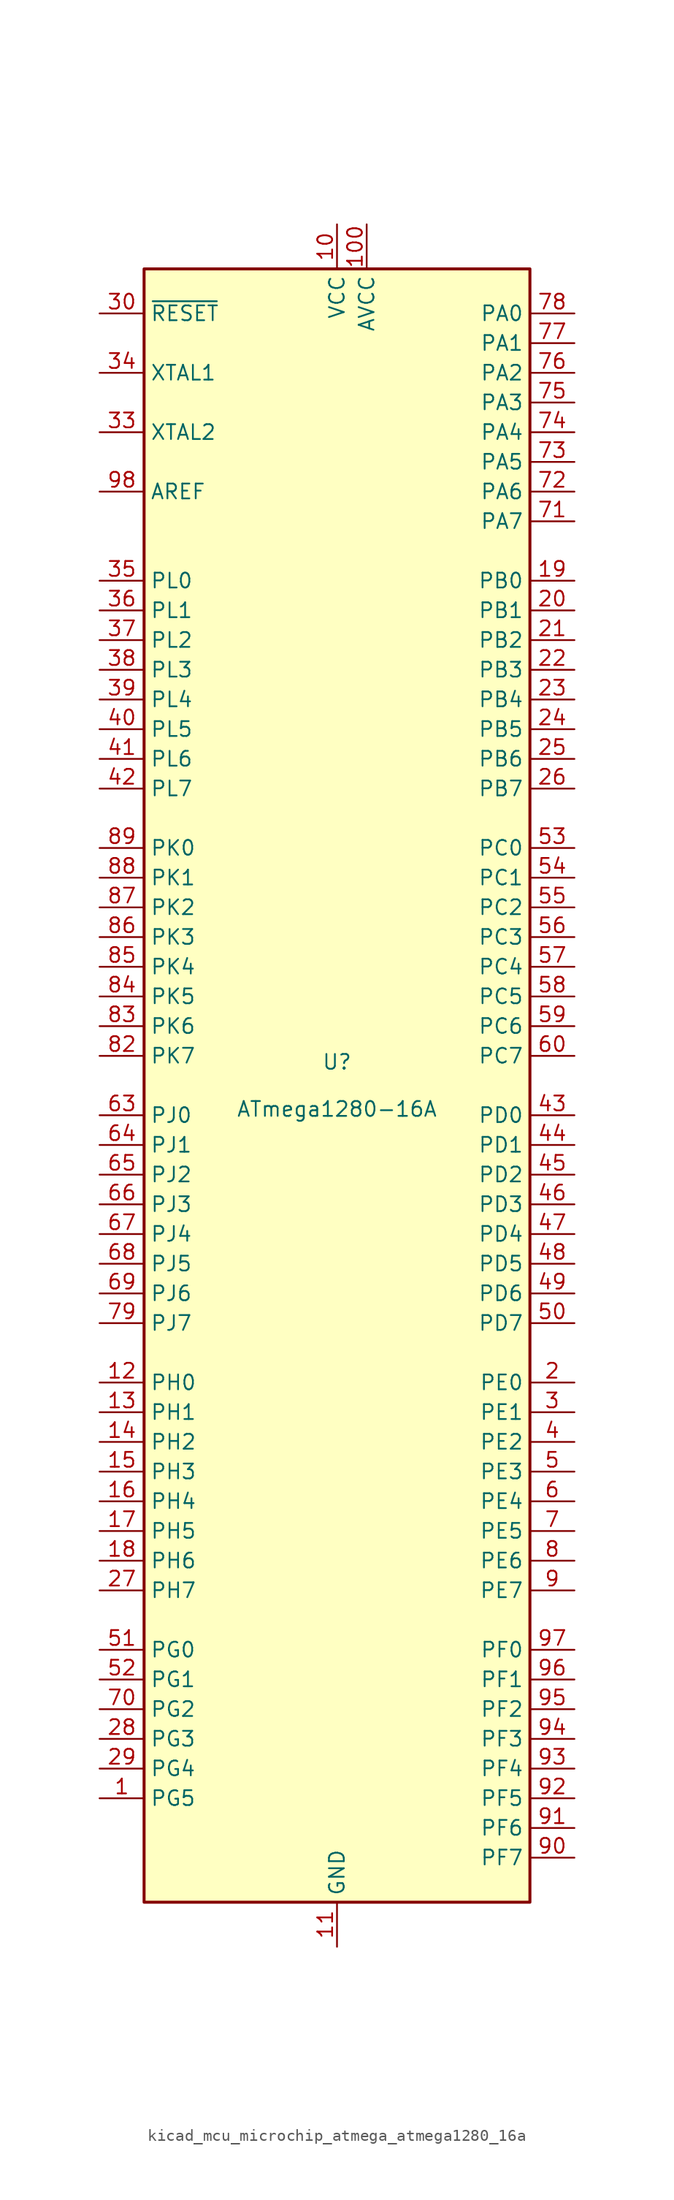
<source format=kicad_sym>
(kicad_symbol_lib
  (version 20220914)
  (generator kicad_symbol_editor)
  (symbol "kicad_mcu_microchip_atmega_atmega1280_16a"
    (property "Reference" "U"
      (at 0 1.27 0)
      (effects (font (size 1.27 1.27)) (justify bottom)))
    (property "Value" "ATmega1280-16A"
      (at 0 -1.27 0)
      (effects (font (size 1.27 1.27)) (justify top)))
    (symbol "kicad_mcu_microchip_atmega_atmega1280_16a_0_1"
      (rectangle (start -16.51 -69.85) (end 16.51 69.85) (stroke (width 0.254) (type default)) (fill (type background))))
    (symbol "kicad_mcu_microchip_atmega_atmega1280_16a_1_1"
      (pin bidirectional line (at -20.32 -60.96 0) (length 3.81) (name "PG5" (effects (font (size 1.27 1.27)))) (number "1" (effects (font (size 1.27 1.27)))))
      (pin power_in line (at 0 73.66 270) (length 3.81) (name "VCC" (effects (font (size 1.27 1.27)))) (number "10" (effects (font (size 1.27 1.27)))))
      (pin power_in line (at 2.54 73.66 270) (length 3.81) (name "AVCC" (effects (font (size 1.27 1.27)))) (number "100" (effects (font (size 1.27 1.27)))))
      (pin power_in line (at 0 -73.66 90) (length 3.81) (name "GND" (effects (font (size 1.27 1.27)))) (number "11" (effects (font (size 1.27 1.27)))))
      (pin bidirectional line (at -20.32 -25.4 0) (length 3.81) (name "PH0" (effects (font (size 1.27 1.27)))) (number "12" (effects (font (size 1.27 1.27)))))
      (pin bidirectional line (at -20.32 -27.94 0) (length 3.81) (name "PH1" (effects (font (size 1.27 1.27)))) (number "13" (effects (font (size 1.27 1.27)))))
      (pin bidirectional line (at -20.32 -30.48 0) (length 3.81) (name "PH2" (effects (font (size 1.27 1.27)))) (number "14" (effects (font (size 1.27 1.27)))))
      (pin bidirectional line (at -20.32 -33.02 0) (length 3.81) (name "PH3" (effects (font (size 1.27 1.27)))) (number "15" (effects (font (size 1.27 1.27)))))
      (pin bidirectional line (at -20.32 -35.56 0) (length 3.81) (name "PH4" (effects (font (size 1.27 1.27)))) (number "16" (effects (font (size 1.27 1.27)))))
      (pin bidirectional line (at -20.32 -38.1 0) (length 3.81) (name "PH5" (effects (font (size 1.27 1.27)))) (number "17" (effects (font (size 1.27 1.27)))))
      (pin bidirectional line (at -20.32 -40.64 0) (length 3.81) (name "PH6" (effects (font (size 1.27 1.27)))) (number "18" (effects (font (size 1.27 1.27)))))
      (pin bidirectional line (at 20.32 43.18 180) (length 3.81) (name "PB0" (effects (font (size 1.27 1.27)))) (number "19" (effects (font (size 1.27 1.27)))))
      (pin bidirectional line (at 20.32 -25.4 180) (length 3.81) (name "PE0" (effects (font (size 1.27 1.27)))) (number "2" (effects (font (size 1.27 1.27)))))
      (pin bidirectional line (at 20.32 40.64 180) (length 3.81) (name "PB1" (effects (font (size 1.27 1.27)))) (number "20" (effects (font (size 1.27 1.27)))))
      (pin bidirectional line (at 20.32 38.1 180) (length 3.81) (name "PB2" (effects (font (size 1.27 1.27)))) (number "21" (effects (font (size 1.27 1.27)))))
      (pin bidirectional line (at 20.32 35.56 180) (length 3.81) (name "PB3" (effects (font (size 1.27 1.27)))) (number "22" (effects (font (size 1.27 1.27)))))
      (pin bidirectional line (at 20.32 33.02 180) (length 3.81) (name "PB4" (effects (font (size 1.27 1.27)))) (number "23" (effects (font (size 1.27 1.27)))))
      (pin bidirectional line (at 20.32 30.48 180) (length 3.81) (name "PB5" (effects (font (size 1.27 1.27)))) (number "24" (effects (font (size 1.27 1.27)))))
      (pin bidirectional line (at 20.32 27.94 180) (length 3.81) (name "PB6" (effects (font (size 1.27 1.27)))) (number "25" (effects (font (size 1.27 1.27)))))
      (pin bidirectional line (at 20.32 25.4 180) (length 3.81) (name "PB7" (effects (font (size 1.27 1.27)))) (number "26" (effects (font (size 1.27 1.27)))))
      (pin bidirectional line (at -20.32 -43.18 0) (length 3.81) (name "PH7" (effects (font (size 1.27 1.27)))) (number "27" (effects (font (size 1.27 1.27)))))
      (pin bidirectional line (at -20.32 -55.88 0) (length 3.81) (name "PG3" (effects (font (size 1.27 1.27)))) (number "28" (effects (font (size 1.27 1.27)))))
      (pin bidirectional line (at -20.32 -58.42 0) (length 3.81) (name "PG4" (effects (font (size 1.27 1.27)))) (number "29" (effects (font (size 1.27 1.27)))))
      (pin bidirectional line (at 20.32 -27.94 180) (length 3.81) (name "PE1" (effects (font (size 1.27 1.27)))) (number "3" (effects (font (size 1.27 1.27)))))
      (pin input line (at -20.32 66.04 0) (length 3.81) (name "~{RESET}" (effects (font (size 1.27 1.27)))) (number "30" (effects (font (size 1.27 1.27)))))
      (pin passive line (at 0 73.66 270) (length 3.81) hide (name "VCC" (effects (font (size 1.27 1.27)))) (number "31" (effects (font (size 1.27 1.27)))))
      (pin passive line (at 0 -73.66 90) (length 3.81) hide (name "GND" (effects (font (size 1.27 1.27)))) (number "32" (effects (font (size 1.27 1.27)))))
      (pin output line (at -20.32 55.88 0) (length 3.81) (name "XTAL2" (effects (font (size 1.27 1.27)))) (number "33" (effects (font (size 1.27 1.27)))))
      (pin input line (at -20.32 60.96 0) (length 3.81) (name "XTAL1" (effects (font (size 1.27 1.27)))) (number "34" (effects (font (size 1.27 1.27)))))
      (pin bidirectional line (at -20.32 43.18 0) (length 3.81) (name "PL0" (effects (font (size 1.27 1.27)))) (number "35" (effects (font (size 1.27 1.27)))))
      (pin bidirectional line (at -20.32 40.64 0) (length 3.81) (name "PL1" (effects (font (size 1.27 1.27)))) (number "36" (effects (font (size 1.27 1.27)))))
      (pin bidirectional line (at -20.32 38.1 0) (length 3.81) (name "PL2" (effects (font (size 1.27 1.27)))) (number "37" (effects (font (size 1.27 1.27)))))
      (pin bidirectional line (at -20.32 35.56 0) (length 3.81) (name "PL3" (effects (font (size 1.27 1.27)))) (number "38" (effects (font (size 1.27 1.27)))))
      (pin bidirectional line (at -20.32 33.02 0) (length 3.81) (name "PL4" (effects (font (size 1.27 1.27)))) (number "39" (effects (font (size 1.27 1.27)))))
      (pin bidirectional line (at 20.32 -30.48 180) (length 3.81) (name "PE2" (effects (font (size 1.27 1.27)))) (number "4" (effects (font (size 1.27 1.27)))))
      (pin bidirectional line (at -20.32 30.48 0) (length 3.81) (name "PL5" (effects (font (size 1.27 1.27)))) (number "40" (effects (font (size 1.27 1.27)))))
      (pin bidirectional line (at -20.32 27.94 0) (length 3.81) (name "PL6" (effects (font (size 1.27 1.27)))) (number "41" (effects (font (size 1.27 1.27)))))
      (pin bidirectional line (at -20.32 25.4 0) (length 3.81) (name "PL7" (effects (font (size 1.27 1.27)))) (number "42" (effects (font (size 1.27 1.27)))))
      (pin bidirectional line (at 20.32 -2.54 180) (length 3.81) (name "PD0" (effects (font (size 1.27 1.27)))) (number "43" (effects (font (size 1.27 1.27)))))
      (pin bidirectional line (at 20.32 -5.08 180) (length 3.81) (name "PD1" (effects (font (size 1.27 1.27)))) (number "44" (effects (font (size 1.27 1.27)))))
      (pin bidirectional line (at 20.32 -7.62 180) (length 3.81) (name "PD2" (effects (font (size 1.27 1.27)))) (number "45" (effects (font (size 1.27 1.27)))))
      (pin bidirectional line (at 20.32 -10.16 180) (length 3.81) (name "PD3" (effects (font (size 1.27 1.27)))) (number "46" (effects (font (size 1.27 1.27)))))
      (pin bidirectional line (at 20.32 -12.7 180) (length 3.81) (name "PD4" (effects (font (size 1.27 1.27)))) (number "47" (effects (font (size 1.27 1.27)))))
      (pin bidirectional line (at 20.32 -15.24 180) (length 3.81) (name "PD5" (effects (font (size 1.27 1.27)))) (number "48" (effects (font (size 1.27 1.27)))))
      (pin bidirectional line (at 20.32 -17.78 180) (length 3.81) (name "PD6" (effects (font (size 1.27 1.27)))) (number "49" (effects (font (size 1.27 1.27)))))
      (pin bidirectional line (at 20.32 -33.02 180) (length 3.81) (name "PE3" (effects (font (size 1.27 1.27)))) (number "5" (effects (font (size 1.27 1.27)))))
      (pin bidirectional line (at 20.32 -20.32 180) (length 3.81) (name "PD7" (effects (font (size 1.27 1.27)))) (number "50" (effects (font (size 1.27 1.27)))))
      (pin bidirectional line (at -20.32 -48.26 0) (length 3.81) (name "PG0" (effects (font (size 1.27 1.27)))) (number "51" (effects (font (size 1.27 1.27)))))
      (pin bidirectional line (at -20.32 -50.8 0) (length 3.81) (name "PG1" (effects (font (size 1.27 1.27)))) (number "52" (effects (font (size 1.27 1.27)))))
      (pin bidirectional line (at 20.32 20.32 180) (length 3.81) (name "PC0" (effects (font (size 1.27 1.27)))) (number "53" (effects (font (size 1.27 1.27)))))
      (pin bidirectional line (at 20.32 17.78 180) (length 3.81) (name "PC1" (effects (font (size 1.27 1.27)))) (number "54" (effects (font (size 1.27 1.27)))))
      (pin bidirectional line (at 20.32 15.24 180) (length 3.81) (name "PC2" (effects (font (size 1.27 1.27)))) (number "55" (effects (font (size 1.27 1.27)))))
      (pin bidirectional line (at 20.32 12.7 180) (length 3.81) (name "PC3" (effects (font (size 1.27 1.27)))) (number "56" (effects (font (size 1.27 1.27)))))
      (pin bidirectional line (at 20.32 10.16 180) (length 3.81) (name "PC4" (effects (font (size 1.27 1.27)))) (number "57" (effects (font (size 1.27 1.27)))))
      (pin bidirectional line (at 20.32 7.62 180) (length 3.81) (name "PC5" (effects (font (size 1.27 1.27)))) (number "58" (effects (font (size 1.27 1.27)))))
      (pin bidirectional line (at 20.32 5.08 180) (length 3.81) (name "PC6" (effects (font (size 1.27 1.27)))) (number "59" (effects (font (size 1.27 1.27)))))
      (pin bidirectional line (at 20.32 -35.56 180) (length 3.81) (name "PE4" (effects (font (size 1.27 1.27)))) (number "6" (effects (font (size 1.27 1.27)))))
      (pin bidirectional line (at 20.32 2.54 180) (length 3.81) (name "PC7" (effects (font (size 1.27 1.27)))) (number "60" (effects (font (size 1.27 1.27)))))
      (pin passive line (at 0 73.66 270) (length 3.81) hide (name "VCC" (effects (font (size 1.27 1.27)))) (number "61" (effects (font (size 1.27 1.27)))))
      (pin passive line (at 0 -73.66 90) (length 3.81) hide (name "GND" (effects (font (size 1.27 1.27)))) (number "62" (effects (font (size 1.27 1.27)))))
      (pin bidirectional line (at -20.32 -2.54 0) (length 3.81) (name "PJ0" (effects (font (size 1.27 1.27)))) (number "63" (effects (font (size 1.27 1.27)))))
      (pin bidirectional line (at -20.32 -5.08 0) (length 3.81) (name "PJ1" (effects (font (size 1.27 1.27)))) (number "64" (effects (font (size 1.27 1.27)))))
      (pin bidirectional line (at -20.32 -7.62 0) (length 3.81) (name "PJ2" (effects (font (size 1.27 1.27)))) (number "65" (effects (font (size 1.27 1.27)))))
      (pin bidirectional line (at -20.32 -10.16 0) (length 3.81) (name "PJ3" (effects (font (size 1.27 1.27)))) (number "66" (effects (font (size 1.27 1.27)))))
      (pin bidirectional line (at -20.32 -12.7 0) (length 3.81) (name "PJ4" (effects (font (size 1.27 1.27)))) (number "67" (effects (font (size 1.27 1.27)))))
      (pin bidirectional line (at -20.32 -15.24 0) (length 3.81) (name "PJ5" (effects (font (size 1.27 1.27)))) (number "68" (effects (font (size 1.27 1.27)))))
      (pin bidirectional line (at -20.32 -17.78 0) (length 3.81) (name "PJ6" (effects (font (size 1.27 1.27)))) (number "69" (effects (font (size 1.27 1.27)))))
      (pin bidirectional line (at 20.32 -38.1 180) (length 3.81) (name "PE5" (effects (font (size 1.27 1.27)))) (number "7" (effects (font (size 1.27 1.27)))))
      (pin bidirectional line (at -20.32 -53.34 0) (length 3.81) (name "PG2" (effects (font (size 1.27 1.27)))) (number "70" (effects (font (size 1.27 1.27)))))
      (pin bidirectional line (at 20.32 48.26 180) (length 3.81) (name "PA7" (effects (font (size 1.27 1.27)))) (number "71" (effects (font (size 1.27 1.27)))))
      (pin bidirectional line (at 20.32 50.8 180) (length 3.81) (name "PA6" (effects (font (size 1.27 1.27)))) (number "72" (effects (font (size 1.27 1.27)))))
      (pin bidirectional line (at 20.32 53.34 180) (length 3.81) (name "PA5" (effects (font (size 1.27 1.27)))) (number "73" (effects (font (size 1.27 1.27)))))
      (pin bidirectional line (at 20.32 55.88 180) (length 3.81) (name "PA4" (effects (font (size 1.27 1.27)))) (number "74" (effects (font (size 1.27 1.27)))))
      (pin bidirectional line (at 20.32 58.42 180) (length 3.81) (name "PA3" (effects (font (size 1.27 1.27)))) (number "75" (effects (font (size 1.27 1.27)))))
      (pin bidirectional line (at 20.32 60.96 180) (length 3.81) (name "PA2" (effects (font (size 1.27 1.27)))) (number "76" (effects (font (size 1.27 1.27)))))
      (pin bidirectional line (at 20.32 63.5 180) (length 3.81) (name "PA1" (effects (font (size 1.27 1.27)))) (number "77" (effects (font (size 1.27 1.27)))))
      (pin bidirectional line (at 20.32 66.04 180) (length 3.81) (name "PA0" (effects (font (size 1.27 1.27)))) (number "78" (effects (font (size 1.27 1.27)))))
      (pin bidirectional line (at -20.32 -20.32 0) (length 3.81) (name "PJ7" (effects (font (size 1.27 1.27)))) (number "79" (effects (font (size 1.27 1.27)))))
      (pin bidirectional line (at 20.32 -40.64 180) (length 3.81) (name "PE6" (effects (font (size 1.27 1.27)))) (number "8" (effects (font (size 1.27 1.27)))))
      (pin passive line (at 0 73.66 270) (length 3.81) hide (name "VCC" (effects (font (size 1.27 1.27)))) (number "80" (effects (font (size 1.27 1.27)))))
      (pin passive line (at 0 -73.66 90) (length 3.81) hide (name "GND" (effects (font (size 1.27 1.27)))) (number "81" (effects (font (size 1.27 1.27)))))
      (pin bidirectional line (at -20.32 2.54 0) (length 3.81) (name "PK7" (effects (font (size 1.27 1.27)))) (number "82" (effects (font (size 1.27 1.27)))))
      (pin bidirectional line (at -20.32 5.08 0) (length 3.81) (name "PK6" (effects (font (size 1.27 1.27)))) (number "83" (effects (font (size 1.27 1.27)))))
      (pin bidirectional line (at -20.32 7.62 0) (length 3.81) (name "PK5" (effects (font (size 1.27 1.27)))) (number "84" (effects (font (size 1.27 1.27)))))
      (pin bidirectional line (at -20.32 10.16 0) (length 3.81) (name "PK4" (effects (font (size 1.27 1.27)))) (number "85" (effects (font (size 1.27 1.27)))))
      (pin bidirectional line (at -20.32 12.7 0) (length 3.81) (name "PK3" (effects (font (size 1.27 1.27)))) (number "86" (effects (font (size 1.27 1.27)))))
      (pin bidirectional line (at -20.32 15.24 0) (length 3.81) (name "PK2" (effects (font (size 1.27 1.27)))) (number "87" (effects (font (size 1.27 1.27)))))
      (pin bidirectional line (at -20.32 17.78 0) (length 3.81) (name "PK1" (effects (font (size 1.27 1.27)))) (number "88" (effects (font (size 1.27 1.27)))))
      (pin bidirectional line (at -20.32 20.32 0) (length 3.81) (name "PK0" (effects (font (size 1.27 1.27)))) (number "89" (effects (font (size 1.27 1.27)))))
      (pin bidirectional line (at 20.32 -43.18 180) (length 3.81) (name "PE7" (effects (font (size 1.27 1.27)))) (number "9" (effects (font (size 1.27 1.27)))))
      (pin bidirectional line (at 20.32 -66.04 180) (length 3.81) (name "PF7" (effects (font (size 1.27 1.27)))) (number "90" (effects (font (size 1.27 1.27)))))
      (pin bidirectional line (at 20.32 -63.5 180) (length 3.81) (name "PF6" (effects (font (size 1.27 1.27)))) (number "91" (effects (font (size 1.27 1.27)))))
      (pin bidirectional line (at 20.32 -60.96 180) (length 3.81) (name "PF5" (effects (font (size 1.27 1.27)))) (number "92" (effects (font (size 1.27 1.27)))))
      (pin bidirectional line (at 20.32 -58.42 180) (length 3.81) (name "PF4" (effects (font (size 1.27 1.27)))) (number "93" (effects (font (size 1.27 1.27)))))
      (pin bidirectional line (at 20.32 -55.88 180) (length 3.81) (name "PF3" (effects (font (size 1.27 1.27)))) (number "94" (effects (font (size 1.27 1.27)))))
      (pin bidirectional line (at 20.32 -53.34 180) (length 3.81) (name "PF2" (effects (font (size 1.27 1.27)))) (number "95" (effects (font (size 1.27 1.27)))))
      (pin bidirectional line (at 20.32 -50.8 180) (length 3.81) (name "PF1" (effects (font (size 1.27 1.27)))) (number "96" (effects (font (size 1.27 1.27)))))
      (pin bidirectional line (at 20.32 -48.26 180) (length 3.81) (name "PF0" (effects (font (size 1.27 1.27)))) (number "97" (effects (font (size 1.27 1.27)))))
      (pin passive line (at -20.32 50.8 0) (length 3.81) (name "AREF" (effects (font (size 1.27 1.27)))) (number "98" (effects (font (size 1.27 1.27)))))
      (pin passive line (at 0 -73.66 90) (length 3.81) hide (name "GND" (effects (font (size 1.27 1.27)))) (number "99" (effects (font (size 1.27 1.27))))))))
</source>
